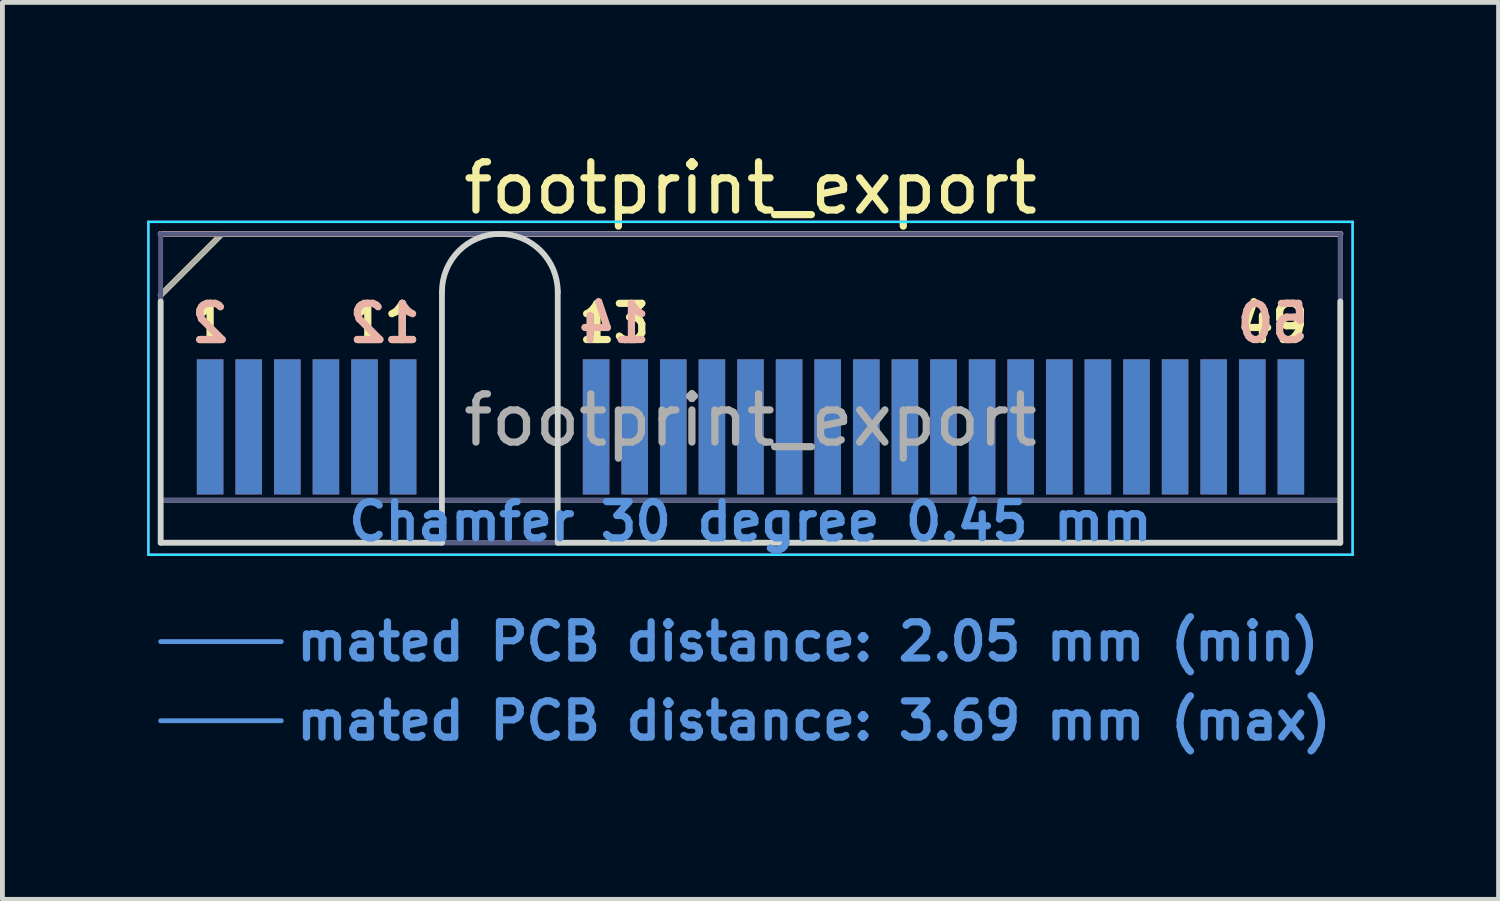
<source format=kicad_pcb>
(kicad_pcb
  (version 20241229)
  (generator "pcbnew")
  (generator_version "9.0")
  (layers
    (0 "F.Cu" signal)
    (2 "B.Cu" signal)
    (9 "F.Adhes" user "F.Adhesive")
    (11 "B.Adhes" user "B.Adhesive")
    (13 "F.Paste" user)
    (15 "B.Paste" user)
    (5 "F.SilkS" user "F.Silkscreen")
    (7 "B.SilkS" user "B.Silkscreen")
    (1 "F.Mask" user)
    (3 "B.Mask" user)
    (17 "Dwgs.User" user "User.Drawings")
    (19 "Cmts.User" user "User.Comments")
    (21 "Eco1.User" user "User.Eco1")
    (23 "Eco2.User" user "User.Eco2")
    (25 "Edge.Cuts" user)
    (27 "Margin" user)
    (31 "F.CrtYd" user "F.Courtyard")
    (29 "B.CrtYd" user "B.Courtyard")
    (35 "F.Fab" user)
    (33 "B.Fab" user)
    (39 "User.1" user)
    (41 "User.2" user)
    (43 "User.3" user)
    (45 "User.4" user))
  (footprint "footprint_export"
    (layer "F.Cu")
    (at 12.505 8.198)
    (property "Reference" "footprint_export" (at 0 -7.35 0) (layer "F.SilkS") (effects (font (size 1 1) (thickness 0.15))))
    (attr exclude_from_pos_files exclude_from_bom)
    (fp_line (start -12.225 -5.13) (end -10.955 -6.4) (stroke (width 0.12) (type solid)) (layer "F.SilkS"))
    (fp_line (start -10.955 -6.4) (end 12.225 -6.4) (stroke (width 0.12) (type solid)) (layer "F.SilkS"))
    (fp_line (start -12.225 -6.4) (end -12.225 -6.4) (stroke (width 0.12) (type solid)) (layer "B.SilkS"))
    (fp_line (start -12.225 -6.4) (end 12.225 -6.4) (stroke (width 0.12) (type solid)) (layer "B.SilkS"))
    (fp_line (start -12.225 2.05) (end -9.725 2.05) (stroke (width 0.1) (type solid)) (layer "Cmts.User"))
    (fp_line (start -12.225 3.69) (end -9.725 3.69) (stroke (width 0.1) (type solid)) (layer "Cmts.User"))
    (fp_line (start -12.225 -5) (end -12.225 0) (stroke (width 0.12) (type solid)) (layer "Edge.Cuts"))
    (fp_line (start -12.225 0) (end -6.395 0) (stroke (width 0.12) (type solid)) (layer "Edge.Cuts"))
    (fp_line (start -6.395 0) (end -6.395 -5.2) (stroke (width 0.12) (type solid)) (layer "Edge.Cuts"))
    (fp_line (start -3.995 -5.2) (end -3.995 0) (stroke (width 0.12) (type solid)) (layer "Edge.Cuts"))
    (fp_line (start -3.995 0) (end 12.225 0) (stroke (width 0.12) (type solid)) (layer "Edge.Cuts"))
    (fp_line (start 12.225 0) (end 12.225 -5) (stroke (width 0.12) (type solid)) (layer "Edge.Cuts"))
    (fp_arc (start -6.395 -5.2) (mid -5.195 -6.4) (end -3.995 -5.2) (stroke (width 0.12) (type solid)) (layer "Edge.Cuts"))
    (fp_line (start -12.48 -6.65) (end -12.48 0.25) (stroke (width 0.05) (type solid)) (layer "B.CrtYd"))
    (fp_line (start -12.48 0.25) (end 12.48 0.25) (stroke (width 0.05) (type solid)) (layer "B.CrtYd"))
    (fp_line (start 12.48 -6.65) (end -12.48 -6.65) (stroke (width 0.05) (type solid)) (layer "B.CrtYd"))
    (fp_line (start 12.48 0.25) (end 12.48 -6.65) (stroke (width 0.05) (type solid)) (layer "B.CrtYd"))
    (fp_line (start -12.48 -6.65) (end -12.48 0.25) (stroke (width 0.05) (type solid)) (layer "F.CrtYd"))
    (fp_line (start -12.48 0.25) (end 12.48 0.25) (stroke (width 0.05) (type solid)) (layer "F.CrtYd"))
    (fp_line (start 12.48 -6.65) (end -12.48 -6.65) (stroke (width 0.05) (type solid)) (layer "F.CrtYd"))
    (fp_line (start 12.48 0.25) (end 12.48 -6.65) (stroke (width 0.05) (type solid)) (layer "F.CrtYd"))
    (fp_line (start -12.225 -6.4) (end -12.225 -6.4) (stroke (width 0.1) (type solid)) (layer "B.Fab"))
    (fp_line (start -12.225 -6.4) (end -12.225 0) (stroke (width 0.1) (type solid)) (layer "B.Fab"))
    (fp_line (start -12.225 -6.4) (end 12.225 -6.4) (stroke (width 0.1) (type solid)) (layer "B.Fab"))
    (fp_line (start -12.225 -0.88) (end 12.225 -0.88) (stroke (width 0.1) (type solid)) (layer "B.Fab"))
    (fp_line (start -12.225 0) (end 12.225 0) (stroke (width 0.1) (type solid)) (layer "B.Fab"))
    (fp_line (start 12.225 -6.4) (end 12.225 0) (stroke (width 0.1) (type solid)) (layer "B.Fab"))
    (fp_line (start -12.225 -5.13) (end -12.225 0) (stroke (width 0.1) (type solid)) (layer "F.Fab"))
    (fp_line (start -12.225 -5.13) (end -10.955 -6.4) (stroke (width 0.1) (type solid)) (layer "F.Fab"))
    (fp_line (start -12.225 -0.88) (end 12.225 -0.88) (stroke (width 0.1) (type solid)) (layer "F.Fab"))
    (fp_line (start -12.225 0) (end 12.225 0) (stroke (width 0.1) (type solid)) (layer "F.Fab"))
    (fp_line (start -10.955 -6.4) (end 12.225 -6.4) (stroke (width 0.1) (type solid)) (layer "F.Fab"))
    (fp_line (start 12.225 -6.4) (end 12.225 0) (stroke (width 0.1) (type solid)) (layer "F.Fab"))
    (fp_text user "49" (at 10.825 -4.55 0) (layer "F.SilkS") (effects (font (size 0.75 0.75) (thickness 0.15))))
    (fp_text user "1" (at -11.2 -4.55 0) (layer "F.SilkS") (effects (font (size 0.75 0.75) (thickness 0.15))))
    (fp_text user "13" (at -2.825 -4.55 0) (layer "F.SilkS") (effects (font (size 0.75 0.75) (thickness 0.15))))
    (fp_text user "11" (at -7.575 -4.55 0) (layer "F.SilkS") (effects (font (size 0.75 0.75) (thickness 0.15))))
    (fp_text user "12" (at -7.575 -4.55 0) (layer "B.SilkS") (effects (font (size 0.75 0.75) (thickness 0.15)) (justify mirror)))
    (fp_text user "2" (at -11.2 -4.55 0) (layer "B.SilkS") (effects (font (size 0.75 0.75) (thickness 0.15)) (justify mirror)))
    (fp_text user "50" (at 10.825 -4.55 0) (layer "B.SilkS") (effects (font (size 0.75 0.75) (thickness 0.15)) (justify mirror)))
    (fp_text user "14" (at -2.825 -4.55 0) (layer "B.SilkS") (effects (font (size 0.75 0.75) (thickness 0.15)) (justify mirror)))
    (fp_text user "Chamfer 30 degree 0.45 mm" (at 0 -0.44 0) (layer "Cmts.User") (effects (font (size 0.75 0.75) (thickness 0.15))))
    (fp_text user "mated PCB distance: 3.69 mm (max)" (at -9.48 3.69 0) (layer "Cmts.User") (effects (font (size 0.75 0.75) (thickness 0.15)) (justify left)))
    (fp_text user "mated PCB distance: 2.05 mm (min)" (at -9.48 2.05 0) (layer "Cmts.User") (effects (font (size 0.75 0.75) (thickness 0.15)) (justify left)))
    (fp_text user "${REFERENCE}" (at 0 -2.54 0) (layer "F.Fab") (effects (font (size 1 1) (thickness 0.15))))
    (pad "1" connect rect (at -11.2 -2.4) (size 0.55 2.8) (layers "F.Cu" "F.Mask"))
    (pad "2" connect rect (at -11.2 -2.4) (size 0.55 2.8) (layers "B.Cu" "B.Mask"))
    (pad "3" connect rect (at -10.4 -2.4) (size 0.55 2.8) (layers "F.Cu" "F.Mask"))
    (pad "4" connect rect (at -10.4 -2.4) (size 0.55 2.8) (layers "B.Cu" "B.Mask"))
    (pad "5" connect rect (at -9.6 -2.4) (size 0.55 2.8) (layers "F.Cu" "F.Mask"))
    (pad "6" connect rect (at -9.6 -2.4) (size 0.55 2.8) (layers "B.Cu" "B.Mask"))
    (pad "7" connect rect (at -8.8 -2.4) (size 0.55 2.8) (layers "F.Cu" "F.Mask"))
    (pad "8" connect rect (at -8.8 -2.4) (size 0.55 2.8) (layers "B.Cu" "B.Mask"))
    (pad "9" connect rect (at -8 -2.4) (size 0.55 2.8) (layers "F.Cu" "F.Mask"))
    (pad "10" connect rect (at -8 -2.4) (size 0.55 2.8) (layers "B.Cu" "B.Mask"))
    (pad "11" connect rect (at -7.2 -2.4) (size 0.55 2.8) (layers "F.Cu" "F.Mask"))
    (pad "12" connect rect (at -7.2 -2.4) (size 0.55 2.8) (layers "B.Cu" "B.Mask"))
    (pad "13" connect rect (at -3.2 -2.4) (size 0.55 2.8) (layers "F.Cu" "F.Mask"))
    (pad "14" connect rect (at -3.2 -2.4) (size 0.55 2.8) (layers "B.Cu" "B.Mask"))
    (pad "15" connect rect (at -2.4 -2.4) (size 0.55 2.8) (layers "F.Cu" "F.Mask"))
    (pad "16" connect rect (at -2.4 -2.4) (size 0.55 2.8) (layers "B.Cu" "B.Mask"))
    (pad "17" connect rect (at -1.6 -2.4) (size 0.55 2.8) (layers "F.Cu" "F.Mask"))
    (pad "18" connect rect (at -1.6 -2.4) (size 0.55 2.8) (layers "B.Cu" "B.Mask"))
    (pad "19" connect rect (at -0.8 -2.4) (size 0.55 2.8) (layers "F.Cu" "F.Mask"))
    (pad "20" connect rect (at -0.8 -2.4) (size 0.55 2.8) (layers "B.Cu" "B.Mask"))
    (pad "21" connect rect (at 0 -2.4) (size 0.55 2.8) (layers "F.Cu" "F.Mask"))
    (pad "22" connect rect (at 0 -2.4) (size 0.55 2.8) (layers "B.Cu" "B.Mask"))
    (pad "23" connect rect (at 0.8 -2.4) (size 0.55 2.8) (layers "F.Cu" "F.Mask"))
    (pad "24" connect rect (at 0.8 -2.4) (size 0.55 2.8) (layers "B.Cu" "B.Mask"))
    (pad "25" connect rect (at 1.6 -2.4) (size 0.55 2.8) (layers "F.Cu" "F.Mask"))
    (pad "26" connect rect (at 1.6 -2.4) (size 0.55 2.8) (layers "B.Cu" "B.Mask"))
    (pad "27" connect rect (at 2.4 -2.4) (size 0.55 2.8) (layers "F.Cu" "F.Mask"))
    (pad "28" connect rect (at 2.4 -2.4) (size 0.55 2.8) (layers "B.Cu" "B.Mask"))
    (pad "29" connect rect (at 3.2 -2.4) (size 0.55 2.8) (layers "F.Cu" "F.Mask"))
    (pad "30" connect rect (at 3.2 -2.4) (size 0.55 2.8) (layers "B.Cu" "B.Mask"))
    (pad "31" connect rect (at 4 -2.4) (size 0.55 2.8) (layers "F.Cu" "F.Mask"))
    (pad "32" connect rect (at 4 -2.4) (size 0.55 2.8) (layers "B.Cu" "B.Mask"))
    (pad "33" connect rect (at 4.8 -2.4) (size 0.55 2.8) (layers "F.Cu" "F.Mask"))
    (pad "34" connect rect (at 4.8 -2.4) (size 0.55 2.8) (layers "B.Cu" "B.Mask"))
    (pad "35" connect rect (at 5.6 -2.4) (size 0.55 2.8) (layers "F.Cu" "F.Mask"))
    (pad "36" connect rect (at 5.6 -2.4) (size 0.55 2.8) (layers "B.Cu" "B.Mask"))
    (pad "37" connect rect (at 6.4 -2.4) (size 0.55 2.8) (layers "F.Cu" "F.Mask"))
    (pad "38" connect rect (at 6.4 -2.4) (size 0.55 2.8) (layers "B.Cu" "B.Mask"))
    (pad "39" connect rect (at 7.2 -2.4) (size 0.55 2.8) (layers "F.Cu" "F.Mask"))
    (pad "40" connect rect (at 7.2 -2.4) (size 0.55 2.8) (layers "B.Cu" "B.Mask"))
    (pad "41" connect rect (at 8 -2.4) (size 0.55 2.8) (layers "F.Cu" "F.Mask"))
    (pad "42" connect rect (at 8 -2.4) (size 0.55 2.8) (layers "B.Cu" "B.Mask"))
    (pad "43" connect rect (at 8.8 -2.4) (size 0.55 2.8) (layers "F.Cu" "F.Mask"))
    (pad "44" connect rect (at 8.8 -2.4) (size 0.55 2.8) (layers "B.Cu" "B.Mask"))
    (pad "45" connect rect (at 9.6 -2.4) (size 0.55 2.8) (layers "F.Cu" "F.Mask"))
    (pad "46" connect rect (at 9.6 -2.4) (size 0.55 2.8) (layers "B.Cu" "B.Mask"))
    (pad "47" connect rect (at 10.4 -2.4) (size 0.55 2.8) (layers "F.Cu" "F.Mask"))
    (pad "48" connect rect (at 10.4 -2.4) (size 0.55 2.8) (layers "B.Cu" "B.Mask"))
    (pad "49" connect rect (at 11.2 -2.4) (size 0.55 2.8) (layers "F.Cu" "F.Mask"))
    (pad "50" connect rect (at 11.2 -2.4) (size 0.55 2.8) (layers "B.Cu" "B.Mask")))
  (gr_rect
    (start -3 -3)
    (end 28.01 15.59)
    (stroke (width 0.1) (type default))
    (fill no)
    (layer "Edge.Cuts")))
</source>
